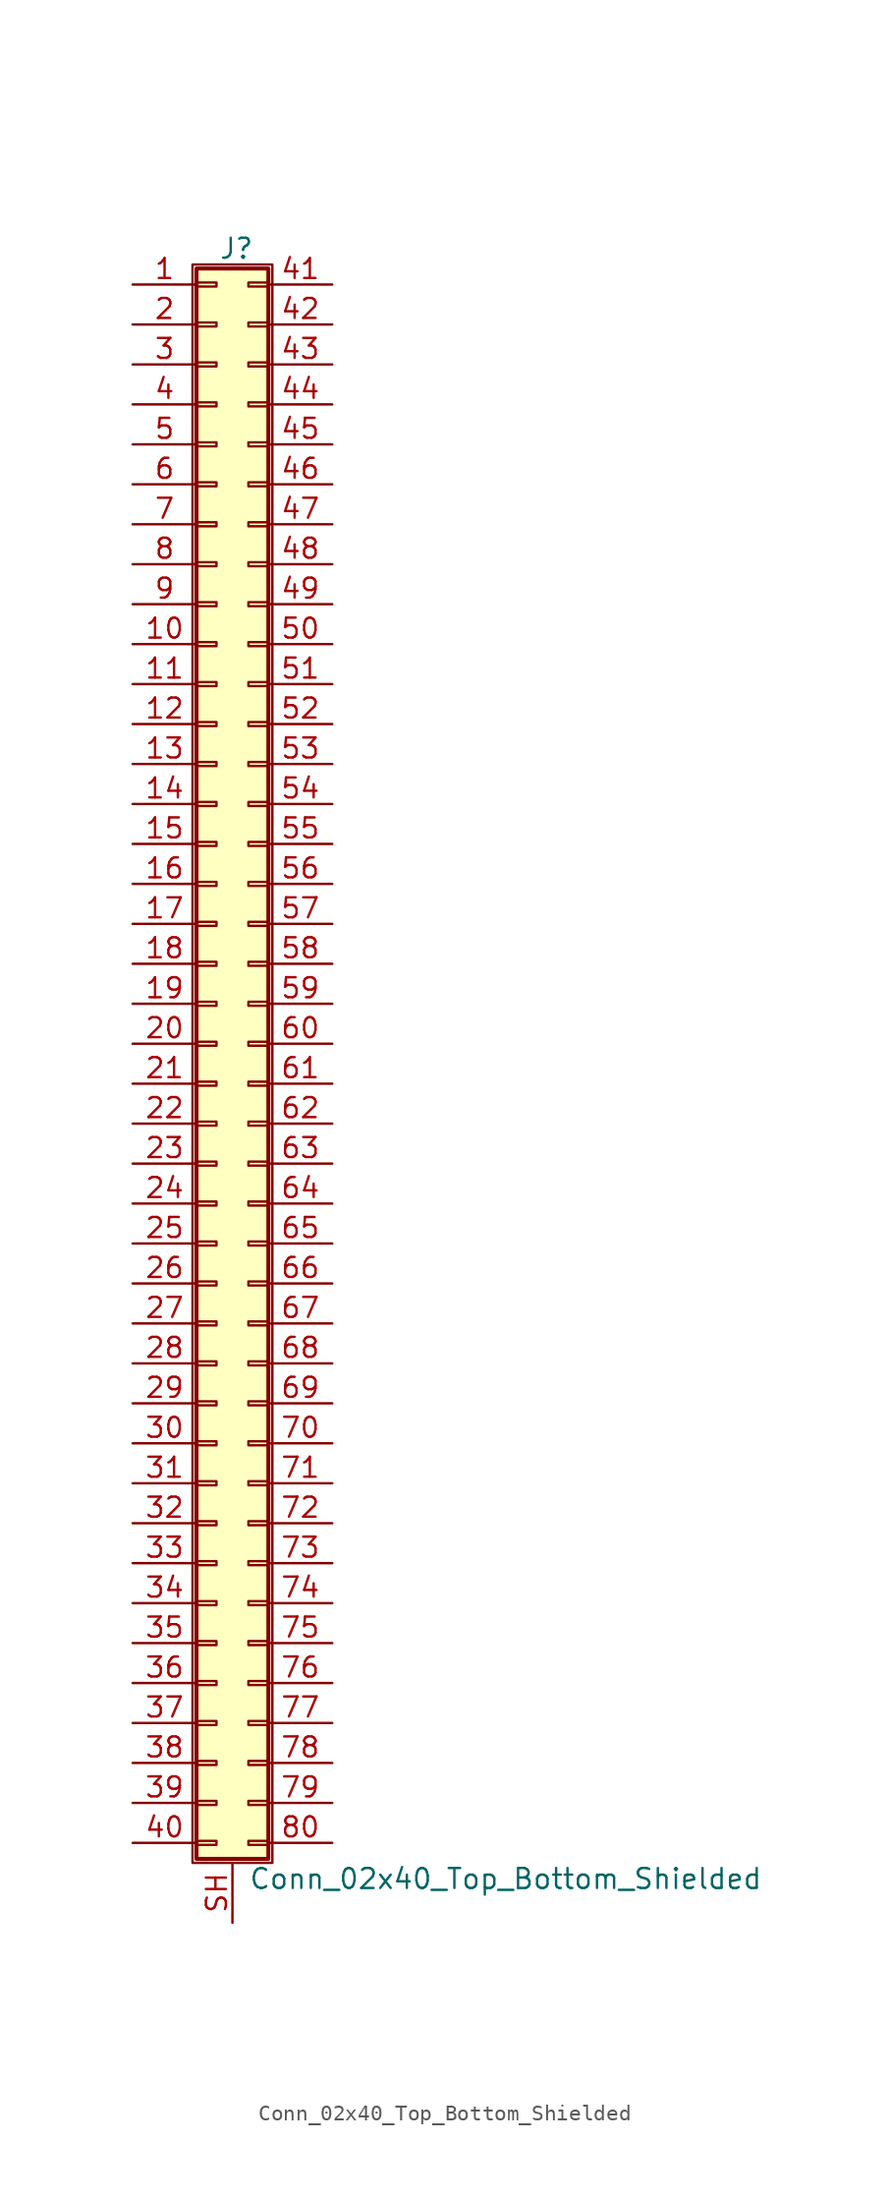
<source format=kicad_sym>
(kicad_symbol_lib
  (version 20201005)
  (generator kicad_symbol_editor)
  (symbol "Conn_02x40_Top_Bottom_Shielded"
    (pin_names
      (offset 1.016) hide)
    (property "Reference" "J"
      (at 1.524 50.546 0)
      (effects (font (size 1.27 1.27))))
    (property "Value" "Conn_02x40_Top_Bottom_Shielded"
      (at 2.286 -53.086 0)
      (effects (font (size 1.27 1.27)) (justify left)))
    (symbol "Conn_02x40_Top_Bottom_Shielded_1_1"
      (rectangle (start -1.27 49.53) (end 3.81 -52.07) (stroke (width 0.152)) (fill (type none)))
      (rectangle (start -1.016 -50.673) (end 0.254 -50.927) (stroke (width 0.152)) (fill (type none)))
      (rectangle (start -1.016 -48.133) (end 0.254 -48.387) (stroke (width 0.152)) (fill (type none)))
      (rectangle (start -1.016 -45.593) (end 0.254 -45.847) (stroke (width 0.152)) (fill (type none)))
      (rectangle (start -1.016 -43.053) (end 0.254 -43.307) (stroke (width 0.152)) (fill (type none)))
      (rectangle (start -1.016 -40.513) (end 0.254 -40.767) (stroke (width 0.152)) (fill (type none)))
      (rectangle (start -1.016 -37.973) (end 0.254 -38.227) (stroke (width 0.152)) (fill (type none)))
      (rectangle (start -1.016 -35.433) (end 0.254 -35.687) (stroke (width 0.152)) (fill (type none)))
      (rectangle (start -1.016 -32.893) (end 0.254 -33.147) (stroke (width 0.152)) (fill (type none)))
      (rectangle (start -1.016 -30.353) (end 0.254 -30.607) (stroke (width 0.152)) (fill (type none)))
      (rectangle (start -1.016 -27.813) (end 0.254 -28.067) (stroke (width 0.152)) (fill (type none)))
      (rectangle (start -1.016 -25.273) (end 0.254 -25.527) (stroke (width 0.152)) (fill (type none)))
      (rectangle (start -1.016 -22.733) (end 0.254 -22.987) (stroke (width 0.152)) (fill (type none)))
      (rectangle (start -1.016 -20.193) (end 0.254 -20.447) (stroke (width 0.152)) (fill (type none)))
      (rectangle (start -1.016 -17.653) (end 0.254 -17.907) (stroke (width 0.152)) (fill (type none)))
      (rectangle (start -1.016 -15.113) (end 0.254 -15.367) (stroke (width 0.152)) (fill (type none)))
      (rectangle (start -1.016 -12.573) (end 0.254 -12.827) (stroke (width 0.152)) (fill (type none)))
      (rectangle (start -1.016 -10.033) (end 0.254 -10.287) (stroke (width 0.152)) (fill (type none)))
      (rectangle (start -1.016 -7.493) (end 0.254 -7.747) (stroke (width 0.152)) (fill (type none)))
      (rectangle (start -1.016 -4.953) (end 0.254 -5.207) (stroke (width 0.152)) (fill (type none)))
      (rectangle (start -1.016 -2.413) (end 0.254 -2.667) (stroke (width 0.152)) (fill (type none)))
      (rectangle (start -1.016 0.127) (end 0.254 -0.127) (stroke (width 0.152)) (fill (type none)))
      (rectangle (start -1.016 2.667) (end 0.254 2.413) (stroke (width 0.152)) (fill (type none)))
      (rectangle (start -1.016 5.207) (end 0.254 4.953) (stroke (width 0.152)) (fill (type none)))
      (rectangle (start -1.016 7.747) (end 0.254 7.493) (stroke (width 0.152)) (fill (type none)))
      (rectangle (start -1.016 10.287) (end 0.254 10.033) (stroke (width 0.152)) (fill (type none)))
      (rectangle (start -1.016 12.827) (end 0.254 12.573) (stroke (width 0.152)) (fill (type none)))
      (rectangle (start -1.016 15.367) (end 0.254 15.113) (stroke (width 0.152)) (fill (type none)))
      (rectangle (start -1.016 17.907) (end 0.254 17.653) (stroke (width 0.152)) (fill (type none)))
      (rectangle (start -1.016 20.447) (end 0.254 20.193) (stroke (width 0.152)) (fill (type none)))
      (rectangle (start -1.016 22.987) (end 0.254 22.733) (stroke (width 0.152)) (fill (type none)))
      (rectangle (start -1.016 25.527) (end 0.254 25.273) (stroke (width 0.152)) (fill (type none)))
      (rectangle (start -1.016 28.067) (end 0.254 27.813) (stroke (width 0.152)) (fill (type none)))
      (rectangle (start -1.016 30.607) (end 0.254 30.353) (stroke (width 0.152)) (fill (type none)))
      (rectangle (start -1.016 33.147) (end 0.254 32.893) (stroke (width 0.152)) (fill (type none)))
      (rectangle (start -1.016 35.687) (end 0.254 35.433) (stroke (width 0.152)) (fill (type none)))
      (rectangle (start -1.016 38.227) (end 0.254 37.973) (stroke (width 0.152)) (fill (type none)))
      (rectangle (start -1.016 40.767) (end 0.254 40.513) (stroke (width 0.152)) (fill (type none)))
      (rectangle (start -1.016 43.307) (end 0.254 43.053) (stroke (width 0.152)) (fill (type none)))
      (rectangle (start -1.016 45.847) (end 0.254 45.593) (stroke (width 0.152)) (fill (type none)))
      (rectangle (start -1.016 48.387) (end 0.254 48.133) (stroke (width 0.152)) (fill (type none)))
      (rectangle (start 3.556 -50.673) (end 2.286 -50.927) (stroke (width 0.152)) (fill (type none)))
      (rectangle (start 3.556 -48.133) (end 2.286 -48.387) (stroke (width 0.152)) (fill (type none)))
      (rectangle (start 3.556 -45.593) (end 2.286 -45.847) (stroke (width 0.152)) (fill (type none)))
      (rectangle (start 3.556 -43.053) (end 2.286 -43.307) (stroke (width 0.152)) (fill (type none)))
      (rectangle (start 3.556 -40.513) (end 2.286 -40.767) (stroke (width 0.152)) (fill (type none)))
      (rectangle (start 3.556 -37.973) (end 2.286 -38.227) (stroke (width 0.152)) (fill (type none)))
      (rectangle (start 3.556 -35.433) (end 2.286 -35.687) (stroke (width 0.152)) (fill (type none)))
      (rectangle (start 3.556 -32.893) (end 2.286 -33.147) (stroke (width 0.152)) (fill (type none)))
      (rectangle (start 3.556 -30.353) (end 2.286 -30.607) (stroke (width 0.152)) (fill (type none)))
      (rectangle (start 3.556 -27.813) (end 2.286 -28.067) (stroke (width 0.152)) (fill (type none)))
      (rectangle (start 3.556 -25.273) (end 2.286 -25.527) (stroke (width 0.152)) (fill (type none)))
      (rectangle (start 3.556 -22.733) (end 2.286 -22.987) (stroke (width 0.152)) (fill (type none)))
      (rectangle (start 3.556 -20.193) (end 2.286 -20.447) (stroke (width 0.152)) (fill (type none)))
      (rectangle (start 3.556 -17.653) (end 2.286 -17.907) (stroke (width 0.152)) (fill (type none)))
      (rectangle (start 3.556 -15.113) (end 2.286 -15.367) (stroke (width 0.152)) (fill (type none)))
      (rectangle (start 3.556 -12.573) (end 2.286 -12.827) (stroke (width 0.152)) (fill (type none)))
      (rectangle (start 3.556 -10.033) (end 2.286 -10.287) (stroke (width 0.152)) (fill (type none)))
      (rectangle (start 3.556 -7.493) (end 2.286 -7.747) (stroke (width 0.152)) (fill (type none)))
      (rectangle (start 3.556 -4.953) (end 2.286 -5.207) (stroke (width 0.152)) (fill (type none)))
      (rectangle (start 3.556 -2.413) (end 2.286 -2.667) (stroke (width 0.152)) (fill (type none)))
      (rectangle (start 3.556 0.127) (end 2.286 -0.127) (stroke (width 0.152)) (fill (type none)))
      (rectangle (start 3.556 2.667) (end 2.286 2.413) (stroke (width 0.152)) (fill (type none)))
      (rectangle (start 3.556 5.207) (end 2.286 4.953) (stroke (width 0.152)) (fill (type none)))
      (rectangle (start 3.556 7.747) (end 2.286 7.493) (stroke (width 0.152)) (fill (type none)))
      (rectangle (start 3.556 10.287) (end 2.286 10.033) (stroke (width 0.152)) (fill (type none)))
      (rectangle (start 3.556 12.827) (end 2.286 12.573) (stroke (width 0.152)) (fill (type none)))
      (rectangle (start 3.556 15.367) (end 2.286 15.113) (stroke (width 0.152)) (fill (type none)))
      (rectangle (start 3.556 17.907) (end 2.286 17.653) (stroke (width 0.152)) (fill (type none)))
      (rectangle (start 3.556 20.447) (end 2.286 20.193) (stroke (width 0.152)) (fill (type none)))
      (rectangle (start 3.556 22.987) (end 2.286 22.733) (stroke (width 0.152)) (fill (type none)))
      (rectangle (start 3.556 25.527) (end 2.286 25.273) (stroke (width 0.152)) (fill (type none)))
      (rectangle (start 3.556 28.067) (end 2.286 27.813) (stroke (width 0.152)) (fill (type none)))
      (rectangle (start 3.556 30.607) (end 2.286 30.353) (stroke (width 0.152)) (fill (type none)))
      (rectangle (start 3.556 33.147) (end 2.286 32.893) (stroke (width 0.152)) (fill (type none)))
      (rectangle (start 3.556 35.687) (end 2.286 35.433) (stroke (width 0.152)) (fill (type none)))
      (rectangle (start 3.556 38.227) (end 2.286 37.973) (stroke (width 0.152)) (fill (type none)))
      (rectangle (start 3.556 40.767) (end 2.286 40.513) (stroke (width 0.152)) (fill (type none)))
      (rectangle (start 3.556 43.307) (end 2.286 43.053) (stroke (width 0.152)) (fill (type none)))
      (rectangle (start 3.556 45.847) (end 2.286 45.593) (stroke (width 0.152)) (fill (type none)))
      (rectangle (start 3.556 48.387) (end 2.286 48.133) (stroke (width 0.152)) (fill (type none)))
      (rectangle (start -1.016 49.276) (end 3.556 -51.816) (stroke (width 0.254)) (fill (type background)))
      (pin passive line (at -5.08 48.26 0) (length 4.064) (name "Pin_1" (effects (font (size 1.27 1.27)))) (number "1" (effects (font (size 1.27 1.27)))))
      (pin passive line (at -5.08 25.4 0) (length 4.064) (name "Pin_10" (effects (font (size 1.27 1.27)))) (number "10" (effects (font (size 1.27 1.27)))))
      (pin passive line (at -5.08 22.86 0) (length 4.064) (name "Pin_11" (effects (font (size 1.27 1.27)))) (number "11" (effects (font (size 1.27 1.27)))))
      (pin passive line (at -5.08 20.32 0) (length 4.064) (name "Pin_12" (effects (font (size 1.27 1.27)))) (number "12" (effects (font (size 1.27 1.27)))))
      (pin passive line (at -5.08 17.78 0) (length 4.064) (name "Pin_13" (effects (font (size 1.27 1.27)))) (number "13" (effects (font (size 1.27 1.27)))))
      (pin passive line (at -5.08 15.24 0) (length 4.064) (name "Pin_14" (effects (font (size 1.27 1.27)))) (number "14" (effects (font (size 1.27 1.27)))))
      (pin passive line (at -5.08 12.7 0) (length 4.064) (name "Pin_15" (effects (font (size 1.27 1.27)))) (number "15" (effects (font (size 1.27 1.27)))))
      (pin passive line (at -5.08 10.16 0) (length 4.064) (name "Pin_16" (effects (font (size 1.27 1.27)))) (number "16" (effects (font (size 1.27 1.27)))))
      (pin passive line (at -5.08 7.62 0) (length 4.064) (name "Pin_17" (effects (font (size 1.27 1.27)))) (number "17" (effects (font (size 1.27 1.27)))))
      (pin passive line (at -5.08 5.08 0) (length 4.064) (name "Pin_18" (effects (font (size 1.27 1.27)))) (number "18" (effects (font (size 1.27 1.27)))))
      (pin passive line (at -5.08 2.54 0) (length 4.064) (name "Pin_19" (effects (font (size 1.27 1.27)))) (number "19" (effects (font (size 1.27 1.27)))))
      (pin passive line (at -5.08 45.72 0) (length 4.064) (name "Pin_2" (effects (font (size 1.27 1.27)))) (number "2" (effects (font (size 1.27 1.27)))))
      (pin passive line (at -5.08 0 0) (length 4.064) (name "Pin_20" (effects (font (size 1.27 1.27)))) (number "20" (effects (font (size 1.27 1.27)))))
      (pin passive line (at -5.08 -2.54 0) (length 4.064) (name "Pin_21" (effects (font (size 1.27 1.27)))) (number "21" (effects (font (size 1.27 1.27)))))
      (pin passive line (at -5.08 -5.08 0) (length 4.064) (name "Pin_22" (effects (font (size 1.27 1.27)))) (number "22" (effects (font (size 1.27 1.27)))))
      (pin passive line (at -5.08 -7.62 0) (length 4.064) (name "Pin_23" (effects (font (size 1.27 1.27)))) (number "23" (effects (font (size 1.27 1.27)))))
      (pin passive line (at -5.08 -10.16 0) (length 4.064) (name "Pin_24" (effects (font (size 1.27 1.27)))) (number "24" (effects (font (size 1.27 1.27)))))
      (pin passive line (at -5.08 -12.7 0) (length 4.064) (name "Pin_25" (effects (font (size 1.27 1.27)))) (number "25" (effects (font (size 1.27 1.27)))))
      (pin passive line (at -5.08 -15.24 0) (length 4.064) (name "Pin_26" (effects (font (size 1.27 1.27)))) (number "26" (effects (font (size 1.27 1.27)))))
      (pin passive line (at -5.08 -17.78 0) (length 4.064) (name "Pin_27" (effects (font (size 1.27 1.27)))) (number "27" (effects (font (size 1.27 1.27)))))
      (pin passive line (at -5.08 -20.32 0) (length 4.064) (name "Pin_28" (effects (font (size 1.27 1.27)))) (number "28" (effects (font (size 1.27 1.27)))))
      (pin passive line (at -5.08 -22.86 0) (length 4.064) (name "Pin_29" (effects (font (size 1.27 1.27)))) (number "29" (effects (font (size 1.27 1.27)))))
      (pin passive line (at -5.08 43.18 0) (length 4.064) (name "Pin_3" (effects (font (size 1.27 1.27)))) (number "3" (effects (font (size 1.27 1.27)))))
      (pin passive line (at -5.08 -25.4 0) (length 4.064) (name "Pin_30" (effects (font (size 1.27 1.27)))) (number "30" (effects (font (size 1.27 1.27)))))
      (pin passive line (at -5.08 -27.94 0) (length 4.064) (name "Pin_31" (effects (font (size 1.27 1.27)))) (number "31" (effects (font (size 1.27 1.27)))))
      (pin passive line (at -5.08 -30.48 0) (length 4.064) (name "Pin_32" (effects (font (size 1.27 1.27)))) (number "32" (effects (font (size 1.27 1.27)))))
      (pin passive line (at -5.08 -33.02 0) (length 4.064) (name "Pin_33" (effects (font (size 1.27 1.27)))) (number "33" (effects (font (size 1.27 1.27)))))
      (pin passive line (at -5.08 -35.56 0) (length 4.064) (name "Pin_34" (effects (font (size 1.27 1.27)))) (number "34" (effects (font (size 1.27 1.27)))))
      (pin passive line (at -5.08 -38.1 0) (length 4.064) (name "Pin_35" (effects (font (size 1.27 1.27)))) (number "35" (effects (font (size 1.27 1.27)))))
      (pin passive line (at -5.08 -40.64 0) (length 4.064) (name "Pin_36" (effects (font (size 1.27 1.27)))) (number "36" (effects (font (size 1.27 1.27)))))
      (pin passive line (at -5.08 -43.18 0) (length 4.064) (name "Pin_37" (effects (font (size 1.27 1.27)))) (number "37" (effects (font (size 1.27 1.27)))))
      (pin passive line (at -5.08 -45.72 0) (length 4.064) (name "Pin_38" (effects (font (size 1.27 1.27)))) (number "38" (effects (font (size 1.27 1.27)))))
      (pin passive line (at -5.08 -48.26 0) (length 4.064) (name "Pin_39" (effects (font (size 1.27 1.27)))) (number "39" (effects (font (size 1.27 1.27)))))
      (pin passive line (at -5.08 40.64 0) (length 4.064) (name "Pin_4" (effects (font (size 1.27 1.27)))) (number "4" (effects (font (size 1.27 1.27)))))
      (pin passive line (at -5.08 -50.8 0) (length 4.064) (name "Pin_40" (effects (font (size 1.27 1.27)))) (number "40" (effects (font (size 1.27 1.27)))))
      (pin passive line (at 7.62 48.26 180) (length 4.064) (name "Pin_41" (effects (font (size 1.27 1.27)))) (number "41" (effects (font (size 1.27 1.27)))))
      (pin passive line (at 7.62 45.72 180) (length 4.064) (name "Pin_42" (effects (font (size 1.27 1.27)))) (number "42" (effects (font (size 1.27 1.27)))))
      (pin passive line (at 7.62 43.18 180) (length 4.064) (name "Pin_43" (effects (font (size 1.27 1.27)))) (number "43" (effects (font (size 1.27 1.27)))))
      (pin passive line (at 7.62 40.64 180) (length 4.064) (name "Pin_44" (effects (font (size 1.27 1.27)))) (number "44" (effects (font (size 1.27 1.27)))))
      (pin passive line (at 7.62 38.1 180) (length 4.064) (name "Pin_45" (effects (font (size 1.27 1.27)))) (number "45" (effects (font (size 1.27 1.27)))))
      (pin passive line (at 7.62 35.56 180) (length 4.064) (name "Pin_46" (effects (font (size 1.27 1.27)))) (number "46" (effects (font (size 1.27 1.27)))))
      (pin passive line (at 7.62 33.02 180) (length 4.064) (name "Pin_47" (effects (font (size 1.27 1.27)))) (number "47" (effects (font (size 1.27 1.27)))))
      (pin passive line (at 7.62 30.48 180) (length 4.064) (name "Pin_48" (effects (font (size 1.27 1.27)))) (number "48" (effects (font (size 1.27 1.27)))))
      (pin passive line (at 7.62 27.94 180) (length 4.064) (name "Pin_49" (effects (font (size 1.27 1.27)))) (number "49" (effects (font (size 1.27 1.27)))))
      (pin passive line (at -5.08 38.1 0) (length 4.064) (name "Pin_5" (effects (font (size 1.27 1.27)))) (number "5" (effects (font (size 1.27 1.27)))))
      (pin passive line (at 7.62 25.4 180) (length 4.064) (name "Pin_50" (effects (font (size 1.27 1.27)))) (number "50" (effects (font (size 1.27 1.27)))))
      (pin passive line (at 7.62 22.86 180) (length 4.064) (name "Pin_51" (effects (font (size 1.27 1.27)))) (number "51" (effects (font (size 1.27 1.27)))))
      (pin passive line (at 7.62 20.32 180) (length 4.064) (name "Pin_52" (effects (font (size 1.27 1.27)))) (number "52" (effects (font (size 1.27 1.27)))))
      (pin passive line (at 7.62 17.78 180) (length 4.064) (name "Pin_53" (effects (font (size 1.27 1.27)))) (number "53" (effects (font (size 1.27 1.27)))))
      (pin passive line (at 7.62 15.24 180) (length 4.064) (name "Pin_54" (effects (font (size 1.27 1.27)))) (number "54" (effects (font (size 1.27 1.27)))))
      (pin passive line (at 7.62 12.7 180) (length 4.064) (name "Pin_55" (effects (font (size 1.27 1.27)))) (number "55" (effects (font (size 1.27 1.27)))))
      (pin passive line (at 7.62 10.16 180) (length 4.064) (name "Pin_56" (effects (font (size 1.27 1.27)))) (number "56" (effects (font (size 1.27 1.27)))))
      (pin passive line (at 7.62 7.62 180) (length 4.064) (name "Pin_57" (effects (font (size 1.27 1.27)))) (number "57" (effects (font (size 1.27 1.27)))))
      (pin passive line (at 7.62 5.08 180) (length 4.064) (name "Pin_58" (effects (font (size 1.27 1.27)))) (number "58" (effects (font (size 1.27 1.27)))))
      (pin passive line (at 7.62 2.54 180) (length 4.064) (name "Pin_59" (effects (font (size 1.27 1.27)))) (number "59" (effects (font (size 1.27 1.27)))))
      (pin passive line (at -5.08 35.56 0) (length 4.064) (name "Pin_6" (effects (font (size 1.27 1.27)))) (number "6" (effects (font (size 1.27 1.27)))))
      (pin passive line (at 7.62 0 180) (length 4.064) (name "Pin_60" (effects (font (size 1.27 1.27)))) (number "60" (effects (font (size 1.27 1.27)))))
      (pin passive line (at 7.62 -2.54 180) (length 4.064) (name "Pin_61" (effects (font (size 1.27 1.27)))) (number "61" (effects (font (size 1.27 1.27)))))
      (pin passive line (at 7.62 -5.08 180) (length 4.064) (name "Pin_62" (effects (font (size 1.27 1.27)))) (number "62" (effects (font (size 1.27 1.27)))))
      (pin passive line (at 7.62 -7.62 180) (length 4.064) (name "Pin_63" (effects (font (size 1.27 1.27)))) (number "63" (effects (font (size 1.27 1.27)))))
      (pin passive line (at 7.62 -10.16 180) (length 4.064) (name "Pin_64" (effects (font (size 1.27 1.27)))) (number "64" (effects (font (size 1.27 1.27)))))
      (pin passive line (at 7.62 -12.7 180) (length 4.064) (name "Pin_65" (effects (font (size 1.27 1.27)))) (number "65" (effects (font (size 1.27 1.27)))))
      (pin passive line (at 7.62 -15.24 180) (length 4.064) (name "Pin_66" (effects (font (size 1.27 1.27)))) (number "66" (effects (font (size 1.27 1.27)))))
      (pin passive line (at 7.62 -17.78 180) (length 4.064) (name "Pin_67" (effects (font (size 1.27 1.27)))) (number "67" (effects (font (size 1.27 1.27)))))
      (pin passive line (at 7.62 -20.32 180) (length 4.064) (name "Pin_68" (effects (font (size 1.27 1.27)))) (number "68" (effects (font (size 1.27 1.27)))))
      (pin passive line (at 7.62 -22.86 180) (length 4.064) (name "Pin_69" (effects (font (size 1.27 1.27)))) (number "69" (effects (font (size 1.27 1.27)))))
      (pin passive line (at -5.08 33.02 0) (length 4.064) (name "Pin_7" (effects (font (size 1.27 1.27)))) (number "7" (effects (font (size 1.27 1.27)))))
      (pin passive line (at 7.62 -25.4 180) (length 4.064) (name "Pin_70" (effects (font (size 1.27 1.27)))) (number "70" (effects (font (size 1.27 1.27)))))
      (pin passive line (at 7.62 -27.94 180) (length 4.064) (name "Pin_71" (effects (font (size 1.27 1.27)))) (number "71" (effects (font (size 1.27 1.27)))))
      (pin passive line (at 7.62 -30.48 180) (length 4.064) (name "Pin_72" (effects (font (size 1.27 1.27)))) (number "72" (effects (font (size 1.27 1.27)))))
      (pin passive line (at 7.62 -33.02 180) (length 4.064) (name "Pin_73" (effects (font (size 1.27 1.27)))) (number "73" (effects (font (size 1.27 1.27)))))
      (pin passive line (at 7.62 -35.56 180) (length 4.064) (name "Pin_74" (effects (font (size 1.27 1.27)))) (number "74" (effects (font (size 1.27 1.27)))))
      (pin passive line (at 7.62 -38.1 180) (length 4.064) (name "Pin_75" (effects (font (size 1.27 1.27)))) (number "75" (effects (font (size 1.27 1.27)))))
      (pin passive line (at 7.62 -40.64 180) (length 4.064) (name "Pin_76" (effects (font (size 1.27 1.27)))) (number "76" (effects (font (size 1.27 1.27)))))
      (pin passive line (at 7.62 -43.18 180) (length 4.064) (name "Pin_77" (effects (font (size 1.27 1.27)))) (number "77" (effects (font (size 1.27 1.27)))))
      (pin passive line (at 7.62 -45.72 180) (length 4.064) (name "Pin_78" (effects (font (size 1.27 1.27)))) (number "78" (effects (font (size 1.27 1.27)))))
      (pin passive line (at 7.62 -48.26 180) (length 4.064) (name "Pin_79" (effects (font (size 1.27 1.27)))) (number "79" (effects (font (size 1.27 1.27)))))
      (pin passive line (at -5.08 30.48 0) (length 4.064) (name "Pin_8" (effects (font (size 1.27 1.27)))) (number "8" (effects (font (size 1.27 1.27)))))
      (pin passive line (at 7.62 -50.8 180) (length 4.064) (name "Pin_80" (effects (font (size 1.27 1.27)))) (number "80" (effects (font (size 1.27 1.27)))))
      (pin passive line (at -5.08 27.94 0) (length 4.064) (name "Pin_9" (effects (font (size 1.27 1.27)))) (number "9" (effects (font (size 1.27 1.27)))))
      (pin passive line (at 1.27 -55.88 90) (length 3.81) (name "Shield" (effects (font (size 1.27 1.27)))) (number "SH" (effects (font (size 1.27 1.27))))))))
</source>
